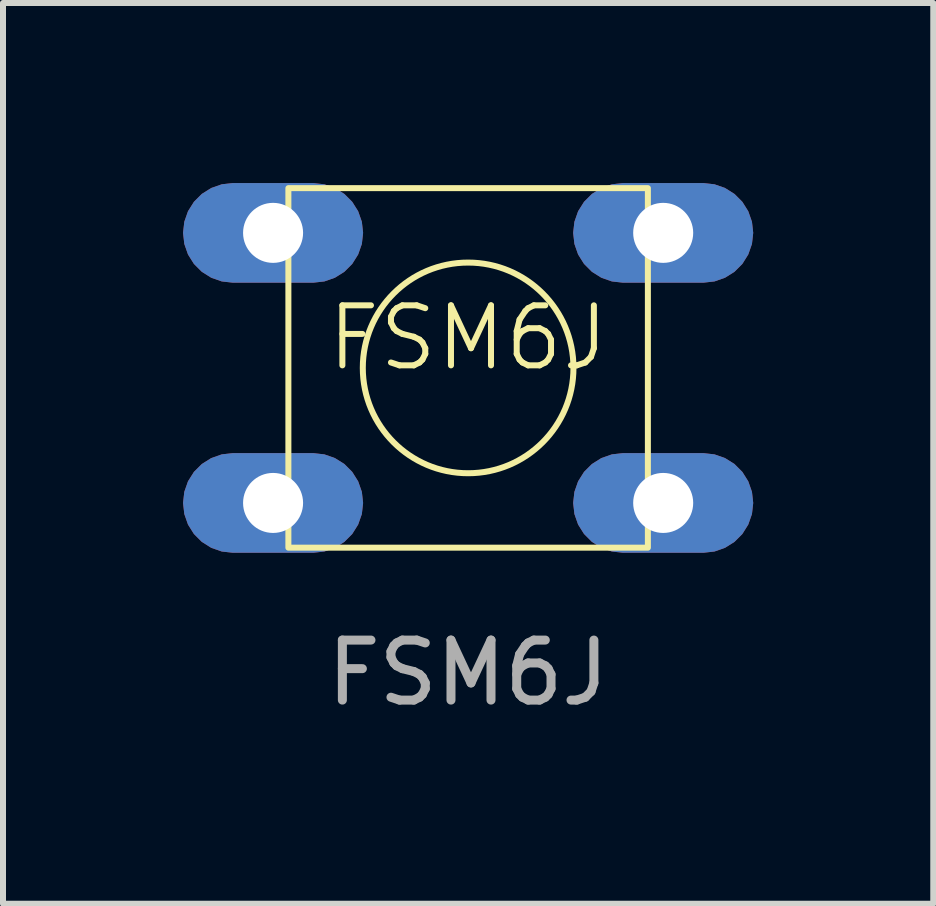
<source format=kicad_pcb>
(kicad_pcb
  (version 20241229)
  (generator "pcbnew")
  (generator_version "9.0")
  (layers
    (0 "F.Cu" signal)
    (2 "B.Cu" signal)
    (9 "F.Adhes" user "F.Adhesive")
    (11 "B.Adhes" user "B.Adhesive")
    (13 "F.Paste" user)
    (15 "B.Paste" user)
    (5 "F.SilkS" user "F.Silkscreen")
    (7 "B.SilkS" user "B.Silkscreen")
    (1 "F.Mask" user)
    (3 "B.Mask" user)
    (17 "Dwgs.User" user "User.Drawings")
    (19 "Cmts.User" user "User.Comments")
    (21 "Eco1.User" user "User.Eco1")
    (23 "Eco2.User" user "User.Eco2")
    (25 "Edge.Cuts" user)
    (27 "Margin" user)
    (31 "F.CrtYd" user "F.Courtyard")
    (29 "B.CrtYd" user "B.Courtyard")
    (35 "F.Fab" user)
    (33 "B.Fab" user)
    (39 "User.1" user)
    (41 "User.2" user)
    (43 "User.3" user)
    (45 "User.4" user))
  (footprint "FSM6J"
    (layer "F.Cu")
    (at 4.75 3.08)
    (property "Reference" "FSM6J" (at 0 -0.5 0) (unlocked yes) (layer "F.SilkS") (effects (font (size 1 1) (thickness 0.1))))
    (attr through_hole)
    (fp_rect (start -2.995 -2.995) (end 2.995 2.995) (stroke (width 0.1) (type default)) (fill no) (layer "F.SilkS"))
    (fp_circle (center 0 0) (end 1.755 0) (stroke (width 0.1) (type default)) (fill no) (layer "F.SilkS"))
    (fp_text user "${REFERENCE}" (at 0 5.08 0) (unlocked yes) (layer "F.Fab") (effects (font (size 1 1) (thickness 0.15))))
    (pad "1" thru_hole roundrect (at -3.25 -2.25) (size 3 1.66) (drill 1) (layers "*.Cu" "*.Mask") (roundrect_rratio 0.5))
    (pad "2" thru_hole roundrect (at 3.25 -2.25) (size 3 1.66) (drill 1) (layers "*.Cu" "*.Mask") (roundrect_rratio 0.5))
    (pad "3" thru_hole roundrect (at -3.25 2.25) (size 3 1.66) (drill 1) (layers "*.Cu" "*.Mask") (roundrect_rratio 0.5))
    (pad "4" thru_hole roundrect (at 3.25 2.25) (size 3 1.66) (drill 1) (layers "*.Cu" "*.Mask") (roundrect_rratio 0.5)))
  (gr_rect
    (start -3 -3)
    (end 12.5 12.008)
    (stroke (width 0.1) (type default))
    (fill no)
    (layer "Edge.Cuts")))
</source>
